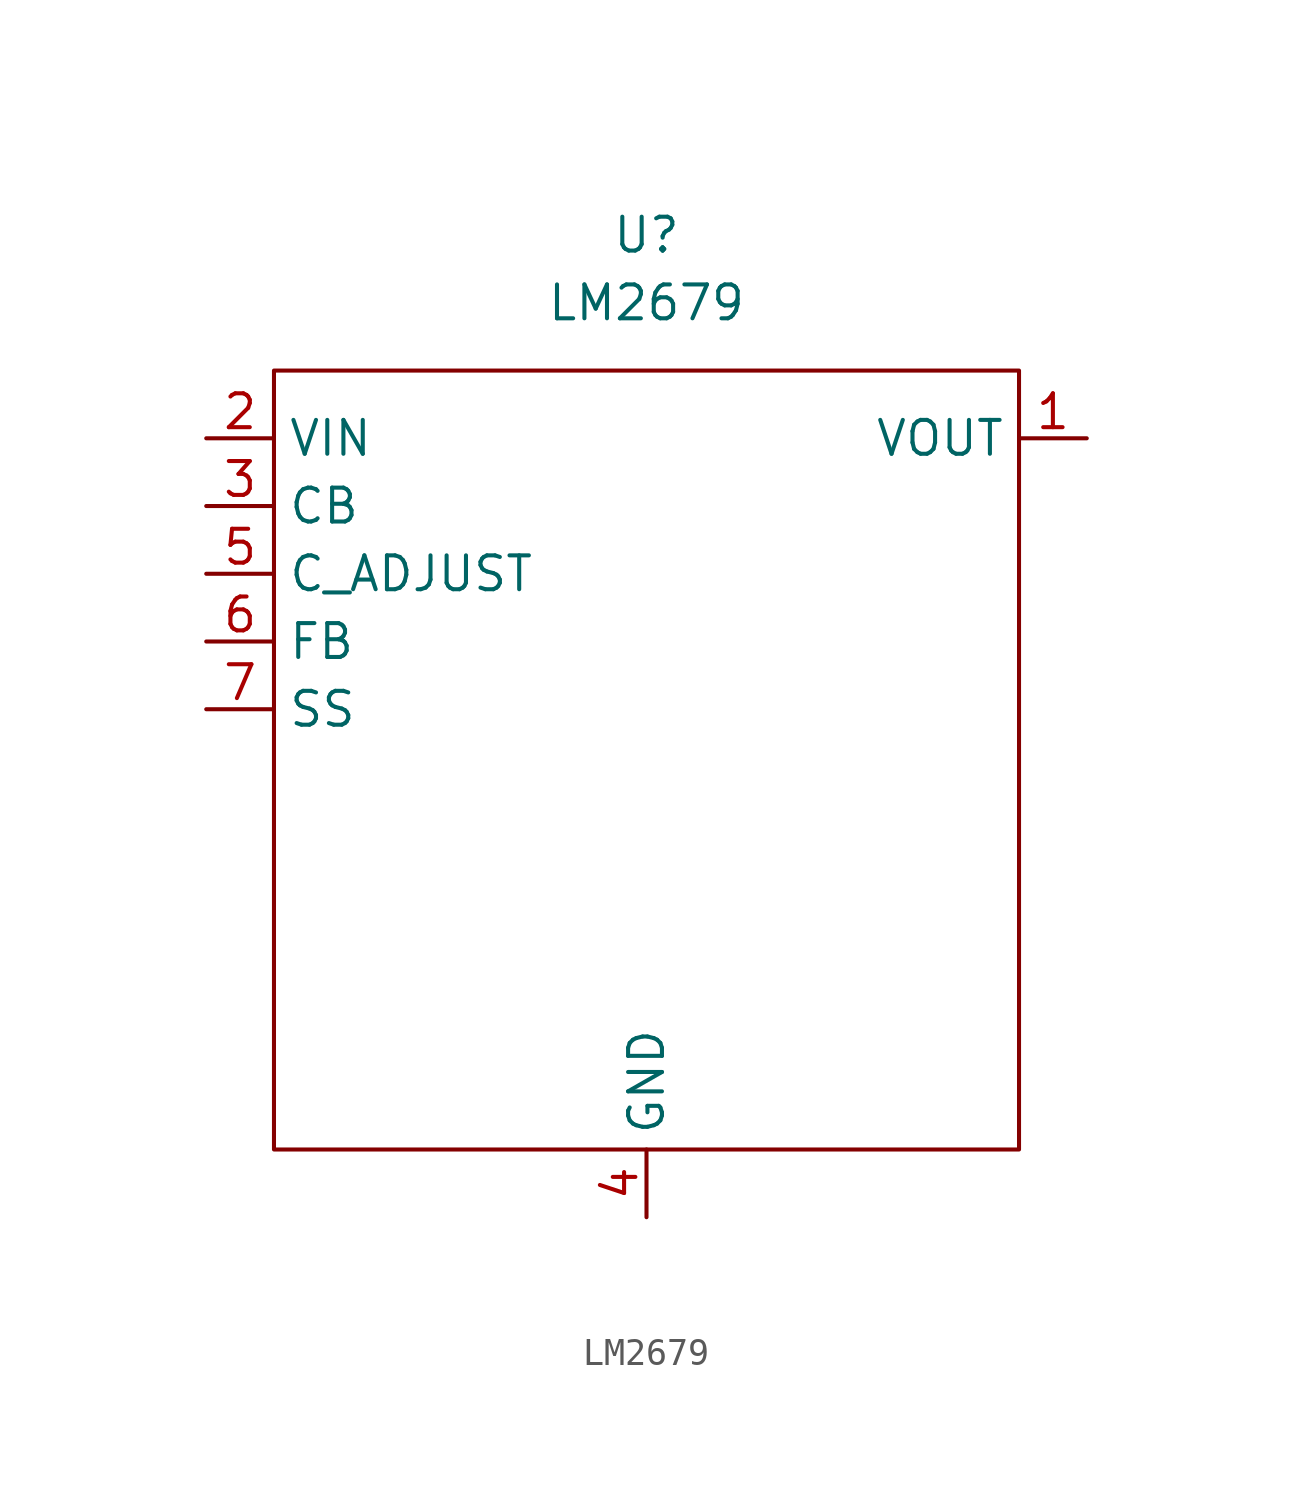
<source format=kicad_sym>
(kicad_symbol_lib
  (version 20211014)
  (generator kicad_symbol_editor)
  (symbol "LM2679"
    (property "Reference" "U"
      (at 0 20.32 0)
      (effects (font (size 1.27 1.27))))
    (property "Value" "LM2679"
      (at 0 17.78 0)
      (effects (font (size 1.27 1.27))))
    (symbol "LM2679_0_1"
      (rectangle (start -13.97 15.24) (end 13.97 -13.97) (stroke (width 0) (type default) (color 0 0 0 0)) (fill (type none))))
    (symbol "LM2679_1_1"
      (pin power_out line (at 16.51 12.7 180) (length 2.54) (name "VOUT" (effects (font (size 1.27 1.27)))) (number "1" (effects (font (size 1.27 1.27)))))
      (pin power_in line (at -16.51 12.7 0) (length 2.54) (name "VIN" (effects (font (size 1.27 1.27)))) (number "2" (effects (font (size 1.27 1.27)))))
      (pin input line (at -16.51 10.16 0) (length 2.54) (name "CB" (effects (font (size 1.27 1.27)))) (number "3" (effects (font (size 1.27 1.27)))))
      (pin power_out line (at 0 -16.51 90) (length 2.54) (name "GND" (effects (font (size 1.27 1.27)))) (number "4" (effects (font (size 1.27 1.27)))))
      (pin input line (at -16.51 7.62 0) (length 2.54) (name "C_ADJUST" (effects (font (size 1.27 1.27)))) (number "5" (effects (font (size 1.27 1.27)))))
      (pin input line (at -16.51 5.08 0) (length 2.54) (name "FB" (effects (font (size 1.27 1.27)))) (number "6" (effects (font (size 1.27 1.27)))))
      (pin input line (at -16.51 2.54 0) (length 2.54) (name "SS" (effects (font (size 1.27 1.27)))) (number "7" (effects (font (size 1.27 1.27))))))))
</source>
